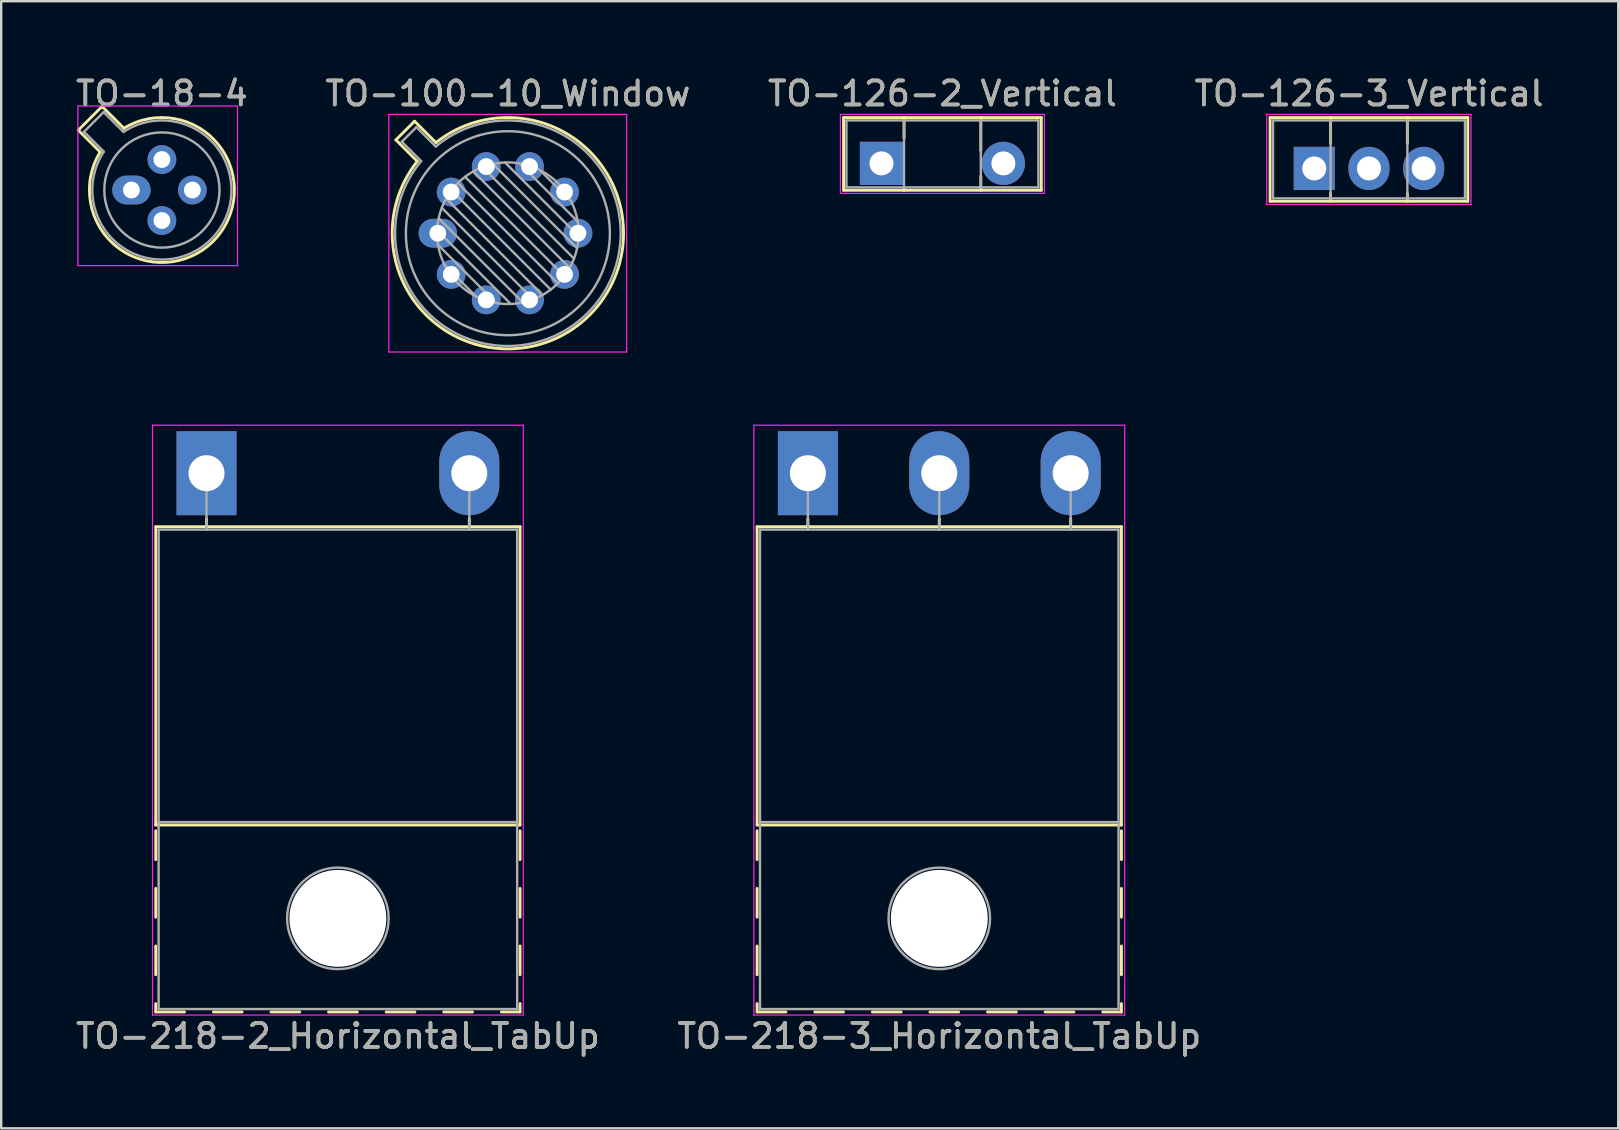
<source format=kicad_pcb>
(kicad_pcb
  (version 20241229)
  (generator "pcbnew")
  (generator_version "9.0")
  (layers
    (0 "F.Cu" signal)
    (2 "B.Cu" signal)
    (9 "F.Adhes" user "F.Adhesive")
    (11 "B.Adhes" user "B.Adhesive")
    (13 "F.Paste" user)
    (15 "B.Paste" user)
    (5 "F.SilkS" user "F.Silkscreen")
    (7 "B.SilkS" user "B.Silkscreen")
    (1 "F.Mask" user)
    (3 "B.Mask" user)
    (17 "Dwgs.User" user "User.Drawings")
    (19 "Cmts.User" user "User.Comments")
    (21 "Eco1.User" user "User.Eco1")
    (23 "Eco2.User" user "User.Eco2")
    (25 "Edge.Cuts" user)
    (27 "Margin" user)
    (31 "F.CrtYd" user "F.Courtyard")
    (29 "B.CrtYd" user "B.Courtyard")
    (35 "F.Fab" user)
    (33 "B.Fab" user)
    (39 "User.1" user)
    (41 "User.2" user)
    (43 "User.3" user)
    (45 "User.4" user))
  (footprint "TO-218-2_Horizontal_TabUp"
    (layer "F.Cu")
    (at 5.555 16.668)
    (property "Reference" "TO-218-2_Horizontal_TabUp" (at 5.475 23.45 0) (layer "F.SilkS") (effects (font (size 1 1) (thickness 0.15))))
    (attr through_hole)
    (fp_line (start -2.115 2.23) (end -2.115 14.66) (stroke (width 0.12) (type solid)) (layer "F.SilkS"))
    (fp_line (start -2.115 2.23) (end 13.065 2.23) (stroke (width 0.12) (type solid)) (layer "F.SilkS"))
    (fp_line (start -2.115 14.66) (end 13.065 14.66) (stroke (width 0.12) (type solid)) (layer "F.SilkS"))
    (fp_line (start -2.115 14.9) (end -2.115 16.101) (stroke (width 0.12) (type solid)) (layer "F.SilkS"))
    (fp_line (start -2.115 17.3) (end -2.115 18.5) (stroke (width 0.12) (type solid)) (layer "F.SilkS"))
    (fp_line (start -2.115 19.7) (end -2.115 20.9) (stroke (width 0.12) (type solid)) (layer "F.SilkS"))
    (fp_line (start -2.115 22.1) (end -2.115 22.45) (stroke (width 0.12) (type solid)) (layer "F.SilkS"))
    (fp_line (start -2.115 22.45) (end -0.916 22.45) (stroke (width 0.12) (type solid)) (layer "F.SilkS"))
    (fp_line (start 0 1.9) (end 0 2.23) (stroke (width 0.12) (type solid)) (layer "F.SilkS"))
    (fp_line (start 0.285 22.45) (end 1.485 22.45) (stroke (width 0.12) (type solid)) (layer "F.SilkS"))
    (fp_line (start 2.685 22.45) (end 3.885 22.45) (stroke (width 0.12) (type solid)) (layer "F.SilkS"))
    (fp_line (start 5.085 22.45) (end 6.285 22.45) (stroke (width 0.12) (type solid)) (layer "F.SilkS"))
    (fp_line (start 7.485 22.45) (end 8.685 22.45) (stroke (width 0.12) (type solid)) (layer "F.SilkS"))
    (fp_line (start 9.885 22.45) (end 11.085 22.45) (stroke (width 0.12) (type solid)) (layer "F.SilkS"))
    (fp_line (start 10.95 1.9) (end 10.95 2.23) (stroke (width 0.12) (type solid)) (layer "F.SilkS"))
    (fp_line (start 12.285 22.45) (end 13.065 22.45) (stroke (width 0.12) (type solid)) (layer "F.SilkS"))
    (fp_line (start 13.065 2.23) (end 13.065 14.66) (stroke (width 0.12) (type solid)) (layer "F.SilkS"))
    (fp_line (start 13.065 14.9) (end 13.065 16.101) (stroke (width 0.12) (type solid)) (layer "F.SilkS"))
    (fp_line (start 13.065 17.3) (end 13.065 18.5) (stroke (width 0.12) (type solid)) (layer "F.SilkS"))
    (fp_line (start 13.065 19.7) (end 13.065 20.9) (stroke (width 0.12) (type solid)) (layer "F.SilkS"))
    (fp_line (start 13.065 22.1) (end 13.065 22.45) (stroke (width 0.12) (type solid)) (layer "F.SilkS"))
    (fp_line (start -2.25 -2) (end -2.25 22.58) (stroke (width 0.05) (type solid)) (layer "F.CrtYd"))
    (fp_line (start -2.25 22.58) (end 13.2 22.58) (stroke (width 0.05) (type solid)) (layer "F.CrtYd"))
    (fp_line (start 13.2 -2) (end -2.25 -2) (stroke (width 0.05) (type solid)) (layer "F.CrtYd"))
    (fp_line (start 13.2 22.58) (end 13.2 -2) (stroke (width 0.05) (type solid)) (layer "F.CrtYd"))
    (fp_line (start -1.995 2.35) (end -1.995 14.54) (stroke (width 0.1) (type solid)) (layer "F.Fab"))
    (fp_line (start -1.995 14.54) (end -1.995 22.33) (stroke (width 0.1) (type solid)) (layer "F.Fab"))
    (fp_line (start -1.995 14.54) (end 12.945 14.54) (stroke (width 0.1) (type solid)) (layer "F.Fab"))
    (fp_line (start -1.995 22.33) (end 12.945 22.33) (stroke (width 0.1) (type solid)) (layer "F.Fab"))
    (fp_line (start 0 2.35) (end 0 0) (stroke (width 0.1) (type solid)) (layer "F.Fab"))
    (fp_line (start 10.95 2.35) (end 10.95 0) (stroke (width 0.1) (type solid)) (layer "F.Fab"))
    (fp_line (start 12.945 2.35) (end -1.995 2.35) (stroke (width 0.1) (type solid)) (layer "F.Fab"))
    (fp_line (start 12.945 14.54) (end -1.995 14.54) (stroke (width 0.1) (type solid)) (layer "F.Fab"))
    (fp_line (start 12.945 14.54) (end 12.945 2.35) (stroke (width 0.1) (type solid)) (layer "F.Fab"))
    (fp_line (start 12.945 22.33) (end 12.945 14.54) (stroke (width 0.1) (type solid)) (layer "F.Fab"))
    (fp_circle (center 5.475 18.55) (end 7.59 18.55) (stroke (width 0.1) (type solid)) (fill no) (layer "F.Fab"))
    (fp_text user "${REFERENCE}" (at 5.475 23.45 0) (layer "F.Fab") (effects (font (size 1 1) (thickness 0.15))))
    (pad "" np_thru_hole oval (at 5.475 18.55) (size 4.04 4.04) (drill 4.04) (layers "*.Cu" "*.Mask"))
    (pad "1" thru_hole rect (at 0 0) (size 2.5 3.5) (drill 1.5) (layers "*.Cu" "*.Mask"))
    (pad "2" thru_hole oval (at 10.95 0) (size 2.5 3.5) (drill 1.5) (layers "*.Cu" "*.Mask")))
  (footprint "TO-218-3_Horizontal_TabUp"
    (layer "F.Cu")
    (at 30.614 16.668)
    (property "Reference" "TO-218-3_Horizontal_TabUp" (at 5.475 23.45 0) (layer "F.SilkS") (effects (font (size 1 1) (thickness 0.15))))
    (attr through_hole)
    (fp_line (start -2.115 2.23) (end -2.115 14.66) (stroke (width 0.12) (type solid)) (layer "F.SilkS"))
    (fp_line (start -2.115 2.23) (end 13.065 2.23) (stroke (width 0.12) (type solid)) (layer "F.SilkS"))
    (fp_line (start -2.115 14.66) (end 13.065 14.66) (stroke (width 0.12) (type solid)) (layer "F.SilkS"))
    (fp_line (start -2.115 14.9) (end -2.115 16.101) (stroke (width 0.12) (type solid)) (layer "F.SilkS"))
    (fp_line (start -2.115 17.3) (end -2.115 18.5) (stroke (width 0.12) (type solid)) (layer "F.SilkS"))
    (fp_line (start -2.115 19.7) (end -2.115 20.9) (stroke (width 0.12) (type solid)) (layer "F.SilkS"))
    (fp_line (start -2.115 22.1) (end -2.115 22.45) (stroke (width 0.12) (type solid)) (layer "F.SilkS"))
    (fp_line (start -2.115 22.45) (end -0.916 22.45) (stroke (width 0.12) (type solid)) (layer "F.SilkS"))
    (fp_line (start 0 1.9) (end 0 2.23) (stroke (width 0.12) (type solid)) (layer "F.SilkS"))
    (fp_line (start 0.285 22.45) (end 1.485 22.45) (stroke (width 0.12) (type solid)) (layer "F.SilkS"))
    (fp_line (start 2.685 22.45) (end 3.885 22.45) (stroke (width 0.12) (type solid)) (layer "F.SilkS"))
    (fp_line (start 5.085 22.45) (end 6.285 22.45) (stroke (width 0.12) (type solid)) (layer "F.SilkS"))
    (fp_line (start 5.475 1.9) (end 5.475 2.23) (stroke (width 0.12) (type solid)) (layer "F.SilkS"))
    (fp_line (start 7.485 22.45) (end 8.685 22.45) (stroke (width 0.12) (type solid)) (layer "F.SilkS"))
    (fp_line (start 9.885 22.45) (end 11.085 22.45) (stroke (width 0.12) (type solid)) (layer "F.SilkS"))
    (fp_line (start 10.95 1.9) (end 10.95 2.23) (stroke (width 0.12) (type solid)) (layer "F.SilkS"))
    (fp_line (start 12.285 22.45) (end 13.065 22.45) (stroke (width 0.12) (type solid)) (layer "F.SilkS"))
    (fp_line (start 13.065 2.23) (end 13.065 14.66) (stroke (width 0.12) (type solid)) (layer "F.SilkS"))
    (fp_line (start 13.065 14.9) (end 13.065 16.101) (stroke (width 0.12) (type solid)) (layer "F.SilkS"))
    (fp_line (start 13.065 17.3) (end 13.065 18.5) (stroke (width 0.12) (type solid)) (layer "F.SilkS"))
    (fp_line (start 13.065 19.7) (end 13.065 20.9) (stroke (width 0.12) (type solid)) (layer "F.SilkS"))
    (fp_line (start 13.065 22.1) (end 13.065 22.45) (stroke (width 0.12) (type solid)) (layer "F.SilkS"))
    (fp_line (start -2.25 -2) (end -2.25 22.58) (stroke (width 0.05) (type solid)) (layer "F.CrtYd"))
    (fp_line (start -2.25 22.58) (end 13.2 22.58) (stroke (width 0.05) (type solid)) (layer "F.CrtYd"))
    (fp_line (start 13.2 -2) (end -2.25 -2) (stroke (width 0.05) (type solid)) (layer "F.CrtYd"))
    (fp_line (start 13.2 22.58) (end 13.2 -2) (stroke (width 0.05) (type solid)) (layer "F.CrtYd"))
    (fp_line (start -1.995 2.35) (end -1.995 14.54) (stroke (width 0.1) (type solid)) (layer "F.Fab"))
    (fp_line (start -1.995 14.54) (end -1.995 22.33) (stroke (width 0.1) (type solid)) (layer "F.Fab"))
    (fp_line (start -1.995 14.54) (end 12.945 14.54) (stroke (width 0.1) (type solid)) (layer "F.Fab"))
    (fp_line (start -1.995 22.33) (end 12.945 22.33) (stroke (width 0.1) (type solid)) (layer "F.Fab"))
    (fp_line (start 0 2.35) (end 0 0) (stroke (width 0.1) (type solid)) (layer "F.Fab"))
    (fp_line (start 5.475 2.35) (end 5.475 0) (stroke (width 0.1) (type solid)) (layer "F.Fab"))
    (fp_line (start 10.95 2.35) (end 10.95 0) (stroke (width 0.1) (type solid)) (layer "F.Fab"))
    (fp_line (start 12.945 2.35) (end -1.995 2.35) (stroke (width 0.1) (type solid)) (layer "F.Fab"))
    (fp_line (start 12.945 14.54) (end -1.995 14.54) (stroke (width 0.1) (type solid)) (layer "F.Fab"))
    (fp_line (start 12.945 14.54) (end 12.945 2.35) (stroke (width 0.1) (type solid)) (layer "F.Fab"))
    (fp_line (start 12.945 22.33) (end 12.945 14.54) (stroke (width 0.1) (type solid)) (layer "F.Fab"))
    (fp_circle (center 5.475 18.55) (end 7.59 18.55) (stroke (width 0.1) (type solid)) (fill no) (layer "F.Fab"))
    (fp_text user "${REFERENCE}" (at 5.475 23.45 0) (layer "F.Fab") (effects (font (size 1 1) (thickness 0.15))))
    (pad "" np_thru_hole oval (at 5.475 18.55) (size 4.04 4.04) (drill 4.04) (layers "*.Cu" "*.Mask"))
    (pad "1" thru_hole rect (at 0 0) (size 2.5 3.5) (drill 1.5) (layers "*.Cu" "*.Mask"))
    (pad "2" thru_hole oval (at 5.475 0) (size 2.5 3.5) (drill 1.5) (layers "*.Cu" "*.Mask"))
    (pad "3" thru_hole oval (at 10.95 0) (size 2.5 3.5) (drill 1.5) (layers "*.Cu" "*.Mask")))
  (footprint "TO-126-3_Vertical"
    (layer "F.Cu")
    (at 51.714 3.968)
    (property "Reference" "TO-126-3_Vertical" (at 2.28 -3.12 0) (layer "F.SilkS") (effects (font (size 1 1) (thickness 0.15))))
    (attr through_hole)
    (fp_line (start -1.841 -2.12) (end -1.841 1.37) (stroke (width 0.12) (type solid)) (layer "F.SilkS"))
    (fp_line (start -1.841 -2.12) (end 6.4 -2.12) (stroke (width 0.12) (type solid)) (layer "F.SilkS"))
    (fp_line (start -1.841 1.37) (end 6.4 1.37) (stroke (width 0.12) (type solid)) (layer "F.SilkS"))
    (fp_line (start 0.68 -2.12) (end 0.68 -1.05) (stroke (width 0.12) (type solid)) (layer "F.SilkS"))
    (fp_line (start 0.68 1.05) (end 0.68 1.37) (stroke (width 0.12) (type solid)) (layer "F.SilkS"))
    (fp_line (start 3.88 -2.12) (end 3.88 -1.05) (stroke (width 0.12) (type solid)) (layer "F.SilkS"))
    (fp_line (start 3.88 1.05) (end 3.88 1.37) (stroke (width 0.12) (type solid)) (layer "F.SilkS"))
    (fp_line (start 6.4 -2.12) (end 6.4 1.37) (stroke (width 0.12) (type solid)) (layer "F.SilkS"))
    (fp_line (start -1.98 -2.25) (end -1.98 1.5) (stroke (width 0.05) (type solid)) (layer "F.CrtYd"))
    (fp_line (start -1.98 1.5) (end 6.53 1.5) (stroke (width 0.05) (type solid)) (layer "F.CrtYd"))
    (fp_line (start 6.53 -2.25) (end -1.98 -2.25) (stroke (width 0.05) (type solid)) (layer "F.CrtYd"))
    (fp_line (start 6.53 1.5) (end 6.53 -2.25) (stroke (width 0.05) (type solid)) (layer "F.CrtYd"))
    (fp_line (start -1.72 -2) (end -1.72 1.25) (stroke (width 0.1) (type solid)) (layer "F.Fab"))
    (fp_line (start -1.72 1.25) (end 6.28 1.25) (stroke (width 0.1) (type solid)) (layer "F.Fab"))
    (fp_line (start 0.68 -2) (end 0.68 1.25) (stroke (width 0.1) (type solid)) (layer "F.Fab"))
    (fp_line (start 3.88 -2) (end 3.88 1.25) (stroke (width 0.1) (type solid)) (layer "F.Fab"))
    (fp_line (start 6.28 -2) (end -1.72 -2) (stroke (width 0.1) (type solid)) (layer "F.Fab"))
    (fp_line (start 6.28 1.25) (end 6.28 -2) (stroke (width 0.1) (type solid)) (layer "F.Fab"))
    (fp_text user "${REFERENCE}" (at 2.28 -3.12 0) (layer "F.Fab") (effects (font (size 1 1) (thickness 0.15))))
    (pad "1" thru_hole rect (at 0 0) (size 1.71 1.8) (drill 1) (layers "*.Cu" "*.Mask"))
    (pad "2" thru_hole oval (at 2.28 0) (size 1.71 1.8) (drill 1) (layers "*.Cu" "*.Mask"))
    (pad "3" thru_hole oval (at 4.56 0) (size 1.71 1.8) (drill 1) (layers "*.Cu" "*.Mask")))
  (footprint "TO-126-2_Vertical"
    (layer "F.Cu")
    (at 33.68 3.758)
    (property "Reference" "TO-126-2_Vertical" (at 2.54 -2.91 0) (layer "F.SilkS") (effects (font (size 1 1) (thickness 0.15))))
    (attr through_hole)
    (fp_line (start -1.58 -1.91) (end -1.58 1.12) (stroke (width 0.12) (type solid)) (layer "F.SilkS"))
    (fp_line (start -1.58 -1.91) (end 6.66 -1.91) (stroke (width 0.12) (type solid)) (layer "F.SilkS"))
    (fp_line (start -1.58 1.12) (end 6.66 1.12) (stroke (width 0.12) (type solid)) (layer "F.SilkS"))
    (fp_line (start 0.94 -1.91) (end 0.94 -1.05) (stroke (width 0.12) (type solid)) (layer "F.SilkS"))
    (fp_line (start 0.94 1.05) (end 0.94 1.12) (stroke (width 0.12) (type solid)) (layer "F.SilkS"))
    (fp_line (start 4.141 -1.91) (end 4.141 -0.54) (stroke (width 0.12) (type solid)) (layer "F.SilkS"))
    (fp_line (start 4.141 0.54) (end 4.141 1.12) (stroke (width 0.12) (type solid)) (layer "F.SilkS"))
    (fp_line (start 6.66 -1.91) (end 6.66 1.12) (stroke (width 0.12) (type solid)) (layer "F.SilkS"))
    (fp_line (start -1.71 -2.04) (end -1.71 1.25) (stroke (width 0.05) (type solid)) (layer "F.CrtYd"))
    (fp_line (start -1.71 1.25) (end 6.79 1.25) (stroke (width 0.05) (type solid)) (layer "F.CrtYd"))
    (fp_line (start 6.79 -2.04) (end -1.71 -2.04) (stroke (width 0.05) (type solid)) (layer "F.CrtYd"))
    (fp_line (start 6.79 1.25) (end 6.79 -2.04) (stroke (width 0.05) (type solid)) (layer "F.CrtYd"))
    (fp_line (start -1.46 -1.79) (end -1.46 1) (stroke (width 0.1) (type solid)) (layer "F.Fab"))
    (fp_line (start -1.46 1) (end 6.54 1) (stroke (width 0.1) (type solid)) (layer "F.Fab"))
    (fp_line (start 0.94 -1.79) (end 0.94 1) (stroke (width 0.1) (type solid)) (layer "F.Fab"))
    (fp_line (start 4.14 -1.79) (end 4.14 1) (stroke (width 0.1) (type solid)) (layer "F.Fab"))
    (fp_line (start 6.54 -1.79) (end -1.46 -1.79) (stroke (width 0.1) (type solid)) (layer "F.Fab"))
    (fp_line (start 6.54 1) (end 6.54 -1.79) (stroke (width 0.1) (type solid)) (layer "F.Fab"))
    (fp_text user "${REFERENCE}" (at 2.54 -2.91 0) (layer "F.Fab") (effects (font (size 1 1) (thickness 0.15))))
    (pad "1" thru_hole rect (at 0 0) (size 1.8 1.8) (drill 1) (layers "*.Cu" "*.Mask"))
    (pad "2" thru_hole circle (at 5.08 0) (size 1.8 1.8) (drill 1) (layers "*.Cu" "*.Mask")))
  (footprint "TO-100-10_Window"
    (layer "F.Cu")
    (at 15.193 6.668)
    (property "Reference" "TO-100-10_Window" (at 2.92 -5.82 0) (layer "F.SilkS") (effects (font (size 1 1) (thickness 0.15))))
    (attr through_hole)
    (fp_line (start -1.746 -3.888) (end -0.855 -2.997) (stroke (width 0.12) (type solid)) (layer "F.SilkS"))
    (fp_line (start -0.968 -4.666) (end -1.746 -3.888) (stroke (width 0.12) (type solid)) (layer "F.SilkS"))
    (fp_line (start -0.077 -3.775) (end -0.968 -4.666) (stroke (width 0.12) (type solid)) (layer "F.SilkS"))
    (fp_arc (start -0.077084 -3.774902) (mid 6.328125 3.408384) (end -0.854674 -2.997371) (stroke (width 0.12) (type solid)) (layer "F.SilkS"))
    (fp_line (start -2.04 -4.95) (end -2.04 4.95) (stroke (width 0.05) (type solid)) (layer "F.CrtYd"))
    (fp_line (start -2.04 4.95) (end 7.87 4.95) (stroke (width 0.05) (type solid)) (layer "F.CrtYd"))
    (fp_line (start 7.87 -4.95) (end -2.04 -4.95) (stroke (width 0.05) (type solid)) (layer "F.CrtYd"))
    (fp_line (start 7.87 4.95) (end 7.87 -4.95) (stroke (width 0.05) (type solid)) (layer "F.CrtYd"))
    (fp_line (start -1.5 -3.812) (end -0.694 -3.005) (stroke (width 0.1) (type solid)) (layer "F.Fab"))
    (fp_line (start -0.892 -4.42) (end -1.5 -3.812) (stroke (width 0.1) (type solid)) (layer "F.Fab"))
    (fp_line (start -0.085 -3.614) (end -0.892 -4.42) (stroke (width 0.1) (type solid)) (layer "F.Fab"))
    (fp_line (start -0.028 -0.12) (end 3.04 2.948) (stroke (width 0.1) (type solid)) (layer "F.Fab"))
    (fp_line (start 0.009 0.485) (end 2.435 2.911) (stroke (width 0.1) (type solid)) (layer "F.Fab"))
    (fp_line (start 0.036 -0.622) (end 3.542 2.884) (stroke (width 0.1) (type solid)) (layer "F.Fab"))
    (fp_line (start 0.165 -1.058) (end 3.978 2.755) (stroke (width 0.1) (type solid)) (layer "F.Fab"))
    (fp_line (start 0.283 1.324) (end 1.596 2.637) (stroke (width 0.1) (type solid)) (layer "F.Fab"))
    (fp_line (start 0.346 -1.443) (end 4.363 2.574) (stroke (width 0.1) (type solid)) (layer "F.Fab"))
    (fp_line (start 0.57 -1.784) (end 4.704 2.35) (stroke (width 0.1) (type solid)) (layer "F.Fab"))
    (fp_line (start 0.834 -2.086) (end 5.006 2.086) (stroke (width 0.1) (type solid)) (layer "F.Fab"))
    (fp_line (start 1.136 -2.35) (end 5.27 1.784) (stroke (width 0.1) (type solid)) (layer "F.Fab"))
    (fp_line (start 1.477 -2.574) (end 5.494 1.443) (stroke (width 0.1) (type solid)) (layer "F.Fab"))
    (fp_line (start 1.862 -2.755) (end 5.675 1.058) (stroke (width 0.1) (type solid)) (layer "F.Fab"))
    (fp_line (start 2.298 -2.884) (end 5.804 0.622) (stroke (width 0.1) (type solid)) (layer "F.Fab"))
    (fp_line (start 2.8 -2.948) (end 5.868 0.12) (stroke (width 0.1) (type solid)) (layer "F.Fab"))
    (fp_line (start 3.405 -2.911) (end 5.831 -0.485) (stroke (width 0.1) (type solid)) (layer "F.Fab"))
    (fp_line (start 4.244 -2.637) (end 5.557 -1.324) (stroke (width 0.1) (type solid)) (layer "F.Fab"))
    (fp_arc (start -0.085408 -3.61352) (mid 6.243443 3.323361) (end -0.693594 -3.005319) (stroke (width 0.1) (type solid)) (layer "F.Fab"))
    (fp_circle (center 2.92 0) (end 5.87 0) (stroke (width 0.1) (type solid)) (fill no) (layer "F.Fab"))
    (fp_circle (center 2.92 0) (end 7.17 0) (stroke (width 0.1) (type solid)) (fill no) (layer "F.Fab"))
    (fp_text user "${REFERENCE}" (at 2.92 -5.82 0) (layer "F.Fab") (effects (font (size 1 1) (thickness 0.15))))
    (pad "1" thru_hole oval (at 0 0) (size 1.6 1.2) (drill 0.7) (layers "*.Cu" "*.Mask"))
    (pad "2" thru_hole oval (at 0.558 1.716) (size 1.2 1.2) (drill 0.7) (layers "*.Cu" "*.Mask"))
    (pad "3" thru_hole oval (at 2.018 2.777) (size 1.2 1.2) (drill 0.7) (layers "*.Cu" "*.Mask"))
    (pad "4" thru_hole oval (at 3.822 2.777) (size 1.2 1.2) (drill 0.7) (layers "*.Cu" "*.Mask"))
    (pad "5" thru_hole oval (at 5.282 1.716) (size 1.2 1.2) (drill 0.7) (layers "*.Cu" "*.Mask"))
    (pad "6" thru_hole oval (at 5.84 0) (size 1.2 1.2) (drill 0.7) (layers "*.Cu" "*.Mask"))
    (pad "7" thru_hole oval (at 5.282 -1.716) (size 1.2 1.2) (drill 0.7) (layers "*.Cu" "*.Mask"))
    (pad "8" thru_hole oval (at 3.822 -2.777) (size 1.2 1.2) (drill 0.7) (layers "*.Cu" "*.Mask"))
    (pad "9" thru_hole oval (at 2.018 -2.777) (size 1.2 1.2) (drill 0.7) (layers "*.Cu" "*.Mask"))
    (pad "10" thru_hole oval (at 0.558 -1.716) (size 1.2 1.2) (drill 0.7) (layers "*.Cu" "*.Mask")))
  (footprint "TO-18-4"
    (layer "F.Cu")
    (at 2.426 4.868)
    (property "Reference" "TO-18-4" (at 1.27 -4.02 0) (layer "F.SilkS") (effects (font (size 1 1) (thickness 0.15))))
    (attr through_hole)
    (fp_line (start -2.214 -2.494) (end -1.302 -1.582) (stroke (width 0.12) (type solid)) (layer "F.SilkS"))
    (fp_line (start -1.224 -3.484) (end -2.214 -2.494) (stroke (width 0.12) (type solid)) (layer "F.SilkS"))
    (fp_line (start -0.312 -2.572) (end -1.224 -3.484) (stroke (width 0.12) (type solid)) (layer "F.SilkS"))
    (fp_arc (start -0.312331 -2.572281) (mid 3.405374 2.135551) (end -1.30215 -1.582544) (stroke (width 0.12) (type solid)) (layer "F.SilkS"))
    (fp_line (start -2.23 -3.5) (end -2.23 3.15) (stroke (width 0.05) (type solid)) (layer "F.CrtYd"))
    (fp_line (start -2.23 3.15) (end 4.42 3.15) (stroke (width 0.05) (type solid)) (layer "F.CrtYd"))
    (fp_line (start 4.42 -3.5) (end -2.23 -3.5) (stroke (width 0.05) (type solid)) (layer "F.CrtYd"))
    (fp_line (start 4.42 3.15) (end 4.42 -3.5) (stroke (width 0.05) (type solid)) (layer "F.CrtYd"))
    (fp_line (start -1.977 -2.426) (end -1.149 -1.599) (stroke (width 0.1) (type solid)) (layer "F.Fab"))
    (fp_line (start -1.156 -3.247) (end -1.977 -2.426) (stroke (width 0.1) (type solid)) (layer "F.Fab"))
    (fp_line (start -0.329 -2.419) (end -1.156 -3.247) (stroke (width 0.1) (type solid)) (layer "F.Fab"))
    (fp_arc (start -0.329057 -2.419301) (mid 3.321076 2.050143) (end -1.150029 -1.597956) (stroke (width 0.1) (type solid)) (layer "F.Fab"))
    (fp_circle (center 1.27 0) (end 3.67 0) (stroke (width 0.1) (type solid)) (fill no) (layer "F.Fab"))
    (fp_text user "${REFERENCE}" (at 1.27 -4.02 0) (layer "F.Fab") (effects (font (size 1 1) (thickness 0.15))))
    (pad "1" thru_hole oval (at 0 0) (size 1.6 1.2) (drill 0.7) (layers "*.Cu" "*.Mask"))
    (pad "2" thru_hole oval (at 1.27 1.27) (size 1.2 1.2) (drill 0.7) (layers "*.Cu" "*.Mask"))
    (pad "3" thru_hole oval (at 2.54 0) (size 1.2 1.2) (drill 0.7) (layers "*.Cu" "*.Mask"))
    (pad "4" thru_hole oval (at 1.27 -1.27) (size 1.2 1.2) (drill 0.7) (layers "*.Cu" "*.Mask")))
  (gr_rect
    (start -3 -3)
    (end 64.381 43.967)
    (stroke (width 0.1) (type default))
    (fill no)
    (layer "Edge.Cuts")))
</source>
